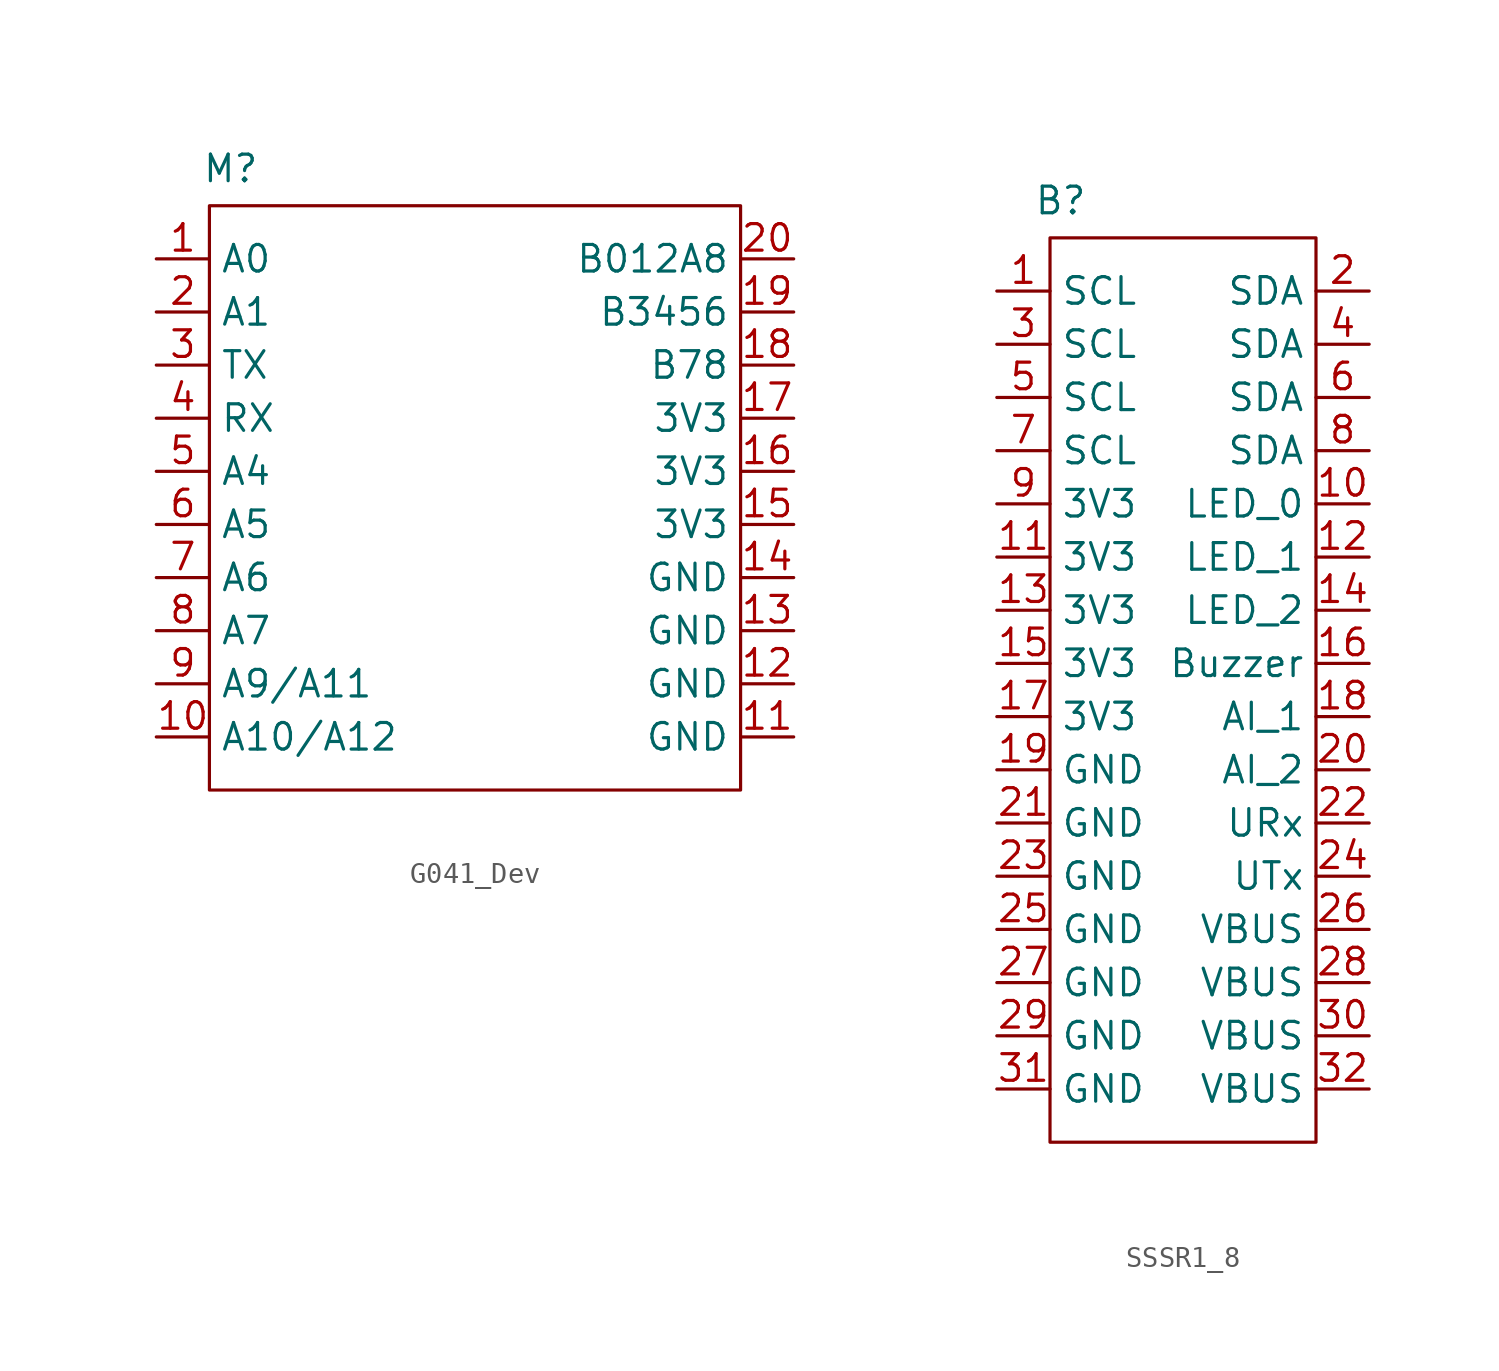
<source format=kicad_sym>
(kicad_symbol_lib
  (version 20231120)
  (generator "kicad_symbol_editor")
  (generator_version "8.0")
  (symbol "G041_Dev"
    (property "Reference" "M"
      (at -11.684 15.748 0)
      (effects (font (size 1.27 1.27))))
    (property "Value" ""
      (at 0 1.27 0)
      (effects (font (size 1.27 1.27))))
    (symbol "G041_Dev_0_1"
      (rectangle (start -12.7 13.97) (end 12.7 -13.97) (stroke (width 0) (type default)) (fill (type none))))
    (symbol "G041_Dev_1_1"
      (pin passive line (at -15.24 11.43 0) (length 2.54) (name "A0" (effects (font (size 1.27 1.27)))) (number "1" (effects (font (size 1.27 1.27)))))
      (pin passive line (at -15.24 -11.43 0) (length 2.54) (name "A10/A12" (effects (font (size 1.27 1.27)))) (number "10" (effects (font (size 1.27 1.27)))))
      (pin passive line (at 15.24 -11.43 180) (length 2.54) (name "GND" (effects (font (size 1.27 1.27)))) (number "11" (effects (font (size 1.27 1.27)))))
      (pin passive line (at 15.24 -8.89 180) (length 2.54) (name "GND" (effects (font (size 1.27 1.27)))) (number "12" (effects (font (size 1.27 1.27)))))
      (pin passive line (at 15.24 -6.35 180) (length 2.54) (name "GND" (effects (font (size 1.27 1.27)))) (number "13" (effects (font (size 1.27 1.27)))))
      (pin passive line (at 15.24 -3.81 180) (length 2.54) (name "GND" (effects (font (size 1.27 1.27)))) (number "14" (effects (font (size 1.27 1.27)))))
      (pin power_out line (at 15.24 -1.27 180) (length 2.54) (name "3V3" (effects (font (size 1.27 1.27)))) (number "15" (effects (font (size 1.27 1.27)))))
      (pin power_out line (at 15.24 1.27 180) (length 2.54) (name "3V3" (effects (font (size 1.27 1.27)))) (number "16" (effects (font (size 1.27 1.27)))))
      (pin power_out line (at 15.24 3.81 180) (length 2.54) (name "3V3" (effects (font (size 1.27 1.27)))) (number "17" (effects (font (size 1.27 1.27)))))
      (pin passive line (at 15.24 6.35 180) (length 2.54) (name "B78" (effects (font (size 1.27 1.27)))) (number "18" (effects (font (size 1.27 1.27)))))
      (pin passive line (at 15.24 8.89 180) (length 2.54) (name "B3456" (effects (font (size 1.27 1.27)))) (number "19" (effects (font (size 1.27 1.27)))))
      (pin passive line (at -15.24 8.89 0) (length 2.54) (name "A1" (effects (font (size 1.27 1.27)))) (number "2" (effects (font (size 1.27 1.27)))))
      (pin passive line (at 15.24 11.43 180) (length 2.54) (name "B012A8" (effects (font (size 1.27 1.27)))) (number "20" (effects (font (size 1.27 1.27)))))
      (pin passive line (at -15.24 6.35 0) (length 2.54) (name "TX" (effects (font (size 1.27 1.27)))) (number "3" (effects (font (size 1.27 1.27)))))
      (pin passive line (at -15.24 3.81 0) (length 2.54) (name "RX" (effects (font (size 1.27 1.27)))) (number "4" (effects (font (size 1.27 1.27)))))
      (pin passive line (at -15.24 1.27 0) (length 2.54) (name "A4" (effects (font (size 1.27 1.27)))) (number "5" (effects (font (size 1.27 1.27)))))
      (pin passive line (at -15.24 -1.27 0) (length 2.54) (name "A5" (effects (font (size 1.27 1.27)))) (number "6" (effects (font (size 1.27 1.27)))))
      (pin passive line (at -15.24 -3.81 0) (length 2.54) (name "A6" (effects (font (size 1.27 1.27)))) (number "7" (effects (font (size 1.27 1.27)))))
      (pin passive line (at -15.24 -6.35 0) (length 2.54) (name "A7" (effects (font (size 1.27 1.27)))) (number "8" (effects (font (size 1.27 1.27)))))
      (pin passive line (at -15.24 -8.89 0) (length 2.54) (name "A9/A11" (effects (font (size 1.27 1.27)))) (number "9" (effects (font (size 1.27 1.27)))))))
  (symbol "SSSR1_8"
    (property "Reference" "B"
      (at -5.842 23.368 0)
      (effects (font (size 1.27 1.27))))
    (property "Value" ""
      (at 0 12.7 0)
      (effects (font (size 1.27 1.27))))
    (symbol "SSSR1_8_0_1"
      (rectangle (start -6.35 21.59) (end 6.35 -21.59) (stroke (width 0) (type default)) (fill (type none))))
    (symbol "SSSR1_8_1_1"
      (pin bidirectional line (at -8.89 19.05 0) (length 2.54) (name "SCL" (effects (font (size 1.27 1.27)))) (number "1" (effects (font (size 1.27 1.27)))))
      (pin input line (at 8.89 8.89 180) (length 2.54) (name "LED_0" (effects (font (size 1.27 1.27)))) (number "10" (effects (font (size 1.27 1.27)))))
      (pin passive line (at -8.89 6.35 0) (length 2.54) (name "3V3" (effects (font (size 1.27 1.27)))) (number "11" (effects (font (size 1.27 1.27)))))
      (pin input line (at 8.89 6.35 180) (length 2.54) (name "LED_1" (effects (font (size 1.27 1.27)))) (number "12" (effects (font (size 1.27 1.27)))))
      (pin passive line (at -8.89 3.81 0) (length 2.54) (name "3V3" (effects (font (size 1.27 1.27)))) (number "13" (effects (font (size 1.27 1.27)))))
      (pin input line (at 8.89 3.81 180) (length 2.54) (name "LED_2" (effects (font (size 1.27 1.27)))) (number "14" (effects (font (size 1.27 1.27)))))
      (pin passive line (at -8.89 1.27 0) (length 2.54) (name "3V3" (effects (font (size 1.27 1.27)))) (number "15" (effects (font (size 1.27 1.27)))))
      (pin input line (at 8.89 1.27 180) (length 2.54) (name "Buzzer" (effects (font (size 1.27 1.27)))) (number "16" (effects (font (size 1.27 1.27)))))
      (pin passive line (at -8.89 -1.27 0) (length 2.54) (name "3V3" (effects (font (size 1.27 1.27)))) (number "17" (effects (font (size 1.27 1.27)))))
      (pin input line (at 8.89 -1.27 180) (length 2.54) (name "AI_1" (effects (font (size 1.27 1.27)))) (number "18" (effects (font (size 1.27 1.27)))))
      (pin passive line (at -8.89 -3.81 0) (length 2.54) (name "GND" (effects (font (size 1.27 1.27)))) (number "19" (effects (font (size 1.27 1.27)))))
      (pin bidirectional line (at 8.89 19.05 180) (length 2.54) (name "SDA" (effects (font (size 1.27 1.27)))) (number "2" (effects (font (size 1.27 1.27)))))
      (pin input line (at 8.89 -3.81 180) (length 2.54) (name "AI_2" (effects (font (size 1.27 1.27)))) (number "20" (effects (font (size 1.27 1.27)))))
      (pin passive line (at -8.89 -6.35 0) (length 2.54) (name "GND" (effects (font (size 1.27 1.27)))) (number "21" (effects (font (size 1.27 1.27)))))
      (pin input line (at 8.89 -6.35 180) (length 2.54) (name "URx" (effects (font (size 1.27 1.27)))) (number "22" (effects (font (size 1.27 1.27)))))
      (pin passive line (at -8.89 -8.89 0) (length 2.54) (name "GND" (effects (font (size 1.27 1.27)))) (number "23" (effects (font (size 1.27 1.27)))))
      (pin output line (at 8.89 -8.89 180) (length 2.54) (name "UTx" (effects (font (size 1.27 1.27)))) (number "24" (effects (font (size 1.27 1.27)))))
      (pin passive line (at -8.89 -11.43 0) (length 2.54) (name "GND" (effects (font (size 1.27 1.27)))) (number "25" (effects (font (size 1.27 1.27)))))
      (pin power_out line (at 8.89 -11.43 180) (length 2.54) (name "VBUS" (effects (font (size 1.27 1.27)))) (number "26" (effects (font (size 1.27 1.27)))))
      (pin passive line (at -8.89 -13.97 0) (length 2.54) (name "GND" (effects (font (size 1.27 1.27)))) (number "27" (effects (font (size 1.27 1.27)))))
      (pin power_out line (at 8.89 -13.97 180) (length 2.54) (name "VBUS" (effects (font (size 1.27 1.27)))) (number "28" (effects (font (size 1.27 1.27)))))
      (pin passive line (at -8.89 -16.51 0) (length 2.54) (name "GND" (effects (font (size 1.27 1.27)))) (number "29" (effects (font (size 1.27 1.27)))))
      (pin bidirectional line (at -8.89 16.51 0) (length 2.54) (name "SCL" (effects (font (size 1.27 1.27)))) (number "3" (effects (font (size 1.27 1.27)))))
      (pin power_out line (at 8.89 -16.51 180) (length 2.54) (name "VBUS" (effects (font (size 1.27 1.27)))) (number "30" (effects (font (size 1.27 1.27)))))
      (pin passive line (at -8.89 -19.05 0) (length 2.54) (name "GND" (effects (font (size 1.27 1.27)))) (number "31" (effects (font (size 1.27 1.27)))))
      (pin power_out line (at 8.89 -19.05 180) (length 2.54) (name "VBUS" (effects (font (size 1.27 1.27)))) (number "32" (effects (font (size 1.27 1.27)))))
      (pin bidirectional line (at 8.89 16.51 180) (length 2.54) (name "SDA" (effects (font (size 1.27 1.27)))) (number "4" (effects (font (size 1.27 1.27)))))
      (pin bidirectional line (at -8.89 13.97 0) (length 2.54) (name "SCL" (effects (font (size 1.27 1.27)))) (number "5" (effects (font (size 1.27 1.27)))))
      (pin bidirectional line (at 8.89 13.97 180) (length 2.54) (name "SDA" (effects (font (size 1.27 1.27)))) (number "6" (effects (font (size 1.27 1.27)))))
      (pin bidirectional line (at -8.89 11.43 0) (length 2.54) (name "SCL" (effects (font (size 1.27 1.27)))) (number "7" (effects (font (size 1.27 1.27)))))
      (pin bidirectional line (at 8.89 11.43 180) (length 2.54) (name "SDA" (effects (font (size 1.27 1.27)))) (number "8" (effects (font (size 1.27 1.27)))))
      (pin passive line (at -8.89 8.89 0) (length 2.54) (name "3V3" (effects (font (size 1.27 1.27)))) (number "9" (effects (font (size 1.27 1.27))))))))
</source>
